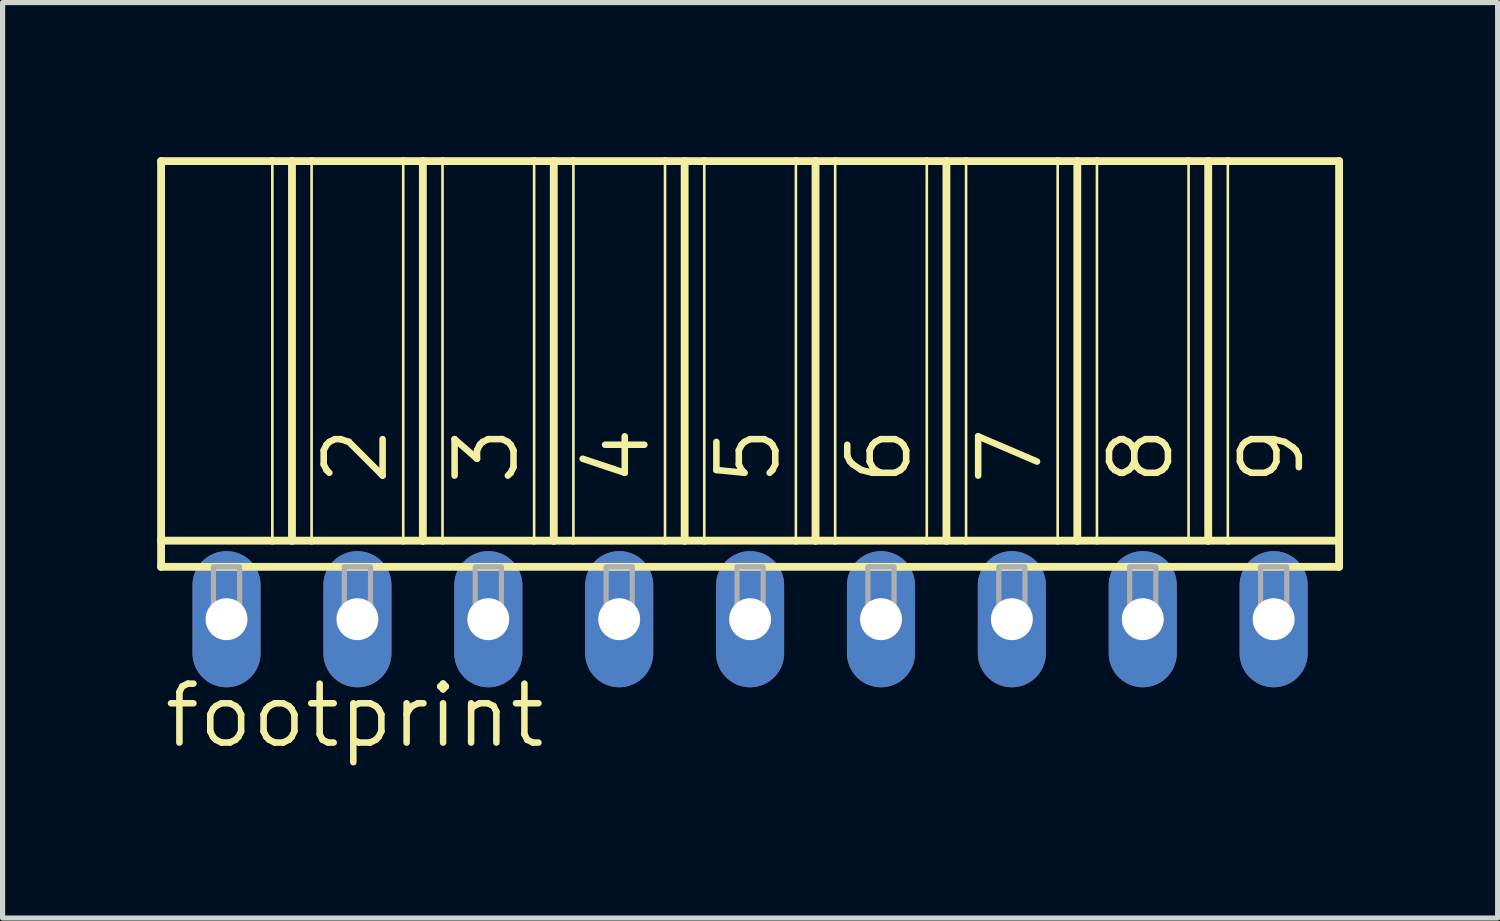
<source format=kicad_pcb>
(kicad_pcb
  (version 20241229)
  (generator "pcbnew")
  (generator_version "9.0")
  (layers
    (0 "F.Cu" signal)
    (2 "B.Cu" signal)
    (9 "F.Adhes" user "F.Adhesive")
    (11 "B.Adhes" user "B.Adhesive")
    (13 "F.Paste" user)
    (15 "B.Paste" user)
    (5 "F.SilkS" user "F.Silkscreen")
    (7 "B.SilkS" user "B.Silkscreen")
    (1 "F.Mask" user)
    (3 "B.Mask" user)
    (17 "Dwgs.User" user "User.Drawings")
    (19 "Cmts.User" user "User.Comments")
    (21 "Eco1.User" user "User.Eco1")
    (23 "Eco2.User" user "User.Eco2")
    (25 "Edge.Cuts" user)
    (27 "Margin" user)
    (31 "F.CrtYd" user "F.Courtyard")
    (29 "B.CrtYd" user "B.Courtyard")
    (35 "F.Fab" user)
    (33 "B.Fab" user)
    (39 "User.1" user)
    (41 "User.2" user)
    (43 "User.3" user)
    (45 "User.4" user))
  (footprint "footprint"
    (layer "F.Cu")
    (at 11.506 8.966)
    (property "Reference" "footprint" (at -11.43 2.54 0) (layer "F.SilkS") (effects (font (size 1.143 1.143) (thickness 0.127)) (justify left bottom)))
    (fp_line (start -11.43 -8.89) (end -9.271 -8.89) (stroke (width 0.152) (type solid)) (layer "F.SilkS"))
    (fp_line (start -11.43 -1.524) (end -11.43 -8.89) (stroke (width 0.152) (type solid)) (layer "F.SilkS"))
    (fp_line (start -11.43 -1.524) (end -9.271 -1.524) (stroke (width 0.152) (type solid)) (layer "F.SilkS"))
    (fp_line (start -11.43 -1.016) (end -11.43 -1.524) (stroke (width 0.152) (type solid)) (layer "F.SilkS"))
    (fp_line (start -11.43 -1.016) (end 11.43 -1.016) (stroke (width 0.152) (type solid)) (layer "F.SilkS"))
    (fp_line (start -9.271 -8.89) (end -9.271 -1.524) (stroke (width 0.051) (type solid)) (layer "F.SilkS"))
    (fp_line (start -9.271 -8.89) (end -8.89 -8.89) (stroke (width 0.152) (type solid)) (layer "F.SilkS"))
    (fp_line (start -9.271 -1.524) (end -8.89 -1.524) (stroke (width 0.152) (type solid)) (layer "F.SilkS"))
    (fp_line (start -8.89 -8.89) (end -8.89 -1.524) (stroke (width 0.152) (type solid)) (layer "F.SilkS"))
    (fp_line (start -8.89 -8.89) (end -8.509 -8.89) (stroke (width 0.152) (type solid)) (layer "F.SilkS"))
    (fp_line (start -8.89 -1.524) (end -8.509 -1.524) (stroke (width 0.152) (type solid)) (layer "F.SilkS"))
    (fp_line (start -8.509 -8.89) (end -8.509 -1.524) (stroke (width 0.051) (type solid)) (layer "F.SilkS"))
    (fp_line (start -8.509 -8.89) (end -6.731 -8.89) (stroke (width 0.152) (type solid)) (layer "F.SilkS"))
    (fp_line (start -8.509 -1.524) (end -6.731 -1.524) (stroke (width 0.152) (type solid)) (layer "F.SilkS"))
    (fp_line (start -6.731 -8.89) (end -6.731 -1.524) (stroke (width 0.051) (type solid)) (layer "F.SilkS"))
    (fp_line (start -6.731 -8.89) (end -6.35 -8.89) (stroke (width 0.152) (type solid)) (layer "F.SilkS"))
    (fp_line (start -6.731 -1.524) (end -6.35 -1.524) (stroke (width 0.152) (type solid)) (layer "F.SilkS"))
    (fp_line (start -6.35 -8.89) (end -6.35 -1.524) (stroke (width 0.152) (type solid)) (layer "F.SilkS"))
    (fp_line (start -6.35 -8.89) (end -5.969 -8.89) (stroke (width 0.152) (type solid)) (layer "F.SilkS"))
    (fp_line (start -6.35 -1.524) (end -5.969 -1.524) (stroke (width 0.152) (type solid)) (layer "F.SilkS"))
    (fp_line (start -5.969 -8.89) (end -5.969 -1.524) (stroke (width 0.051) (type solid)) (layer "F.SilkS"))
    (fp_line (start -5.969 -8.89) (end -4.191 -8.89) (stroke (width 0.152) (type solid)) (layer "F.SilkS"))
    (fp_line (start -5.969 -1.524) (end -4.191 -1.524) (stroke (width 0.152) (type solid)) (layer "F.SilkS"))
    (fp_line (start -4.191 -8.89) (end -4.191 -1.524) (stroke (width 0.051) (type solid)) (layer "F.SilkS"))
    (fp_line (start -4.191 -8.89) (end -3.81 -8.89) (stroke (width 0.152) (type solid)) (layer "F.SilkS"))
    (fp_line (start -4.191 -1.524) (end -3.81 -1.524) (stroke (width 0.152) (type solid)) (layer "F.SilkS"))
    (fp_line (start -3.81 -8.89) (end -3.81 -1.524) (stroke (width 0.152) (type solid)) (layer "F.SilkS"))
    (fp_line (start -3.81 -8.89) (end -3.429 -8.89) (stroke (width 0.152) (type solid)) (layer "F.SilkS"))
    (fp_line (start -3.81 -1.524) (end -3.429 -1.524) (stroke (width 0.152) (type solid)) (layer "F.SilkS"))
    (fp_line (start -3.429 -8.89) (end -3.429 -1.524) (stroke (width 0.051) (type solid)) (layer "F.SilkS"))
    (fp_line (start -3.429 -8.89) (end -1.651 -8.89) (stroke (width 0.152) (type solid)) (layer "F.SilkS"))
    (fp_line (start -3.429 -1.524) (end -1.651 -1.524) (stroke (width 0.152) (type solid)) (layer "F.SilkS"))
    (fp_line (start -1.651 -8.89) (end -1.651 -1.524) (stroke (width 0.051) (type solid)) (layer "F.SilkS"))
    (fp_line (start -1.651 -8.89) (end -1.27 -8.89) (stroke (width 0.152) (type solid)) (layer "F.SilkS"))
    (fp_line (start -1.651 -1.524) (end -1.27 -1.524) (stroke (width 0.152) (type solid)) (layer "F.SilkS"))
    (fp_line (start -1.27 -8.89) (end -1.27 -1.524) (stroke (width 0.152) (type solid)) (layer "F.SilkS"))
    (fp_line (start -1.27 -8.89) (end -0.889 -8.89) (stroke (width 0.152) (type solid)) (layer "F.SilkS"))
    (fp_line (start -1.27 -1.524) (end -0.889 -1.524) (stroke (width 0.152) (type solid)) (layer "F.SilkS"))
    (fp_line (start -0.889 -8.89) (end -0.889 -1.524) (stroke (width 0.051) (type solid)) (layer "F.SilkS"))
    (fp_line (start -0.889 -8.89) (end 0.889 -8.89) (stroke (width 0.152) (type solid)) (layer "F.SilkS"))
    (fp_line (start -0.889 -1.524) (end 0.889 -1.524) (stroke (width 0.152) (type solid)) (layer "F.SilkS"))
    (fp_line (start 0.889 -8.89) (end 0.889 -1.524) (stroke (width 0.051) (type solid)) (layer "F.SilkS"))
    (fp_line (start 0.889 -8.89) (end 1.27 -8.89) (stroke (width 0.152) (type solid)) (layer "F.SilkS"))
    (fp_line (start 0.889 -1.524) (end 1.27 -1.524) (stroke (width 0.152) (type solid)) (layer "F.SilkS"))
    (fp_line (start 1.27 -8.89) (end 1.27 -1.524) (stroke (width 0.152) (type solid)) (layer "F.SilkS"))
    (fp_line (start 1.27 -8.89) (end 1.651 -8.89) (stroke (width 0.152) (type solid)) (layer "F.SilkS"))
    (fp_line (start 1.27 -1.524) (end 1.651 -1.524) (stroke (width 0.152) (type solid)) (layer "F.SilkS"))
    (fp_line (start 1.651 -8.89) (end 1.651 -1.524) (stroke (width 0.051) (type solid)) (layer "F.SilkS"))
    (fp_line (start 1.651 -8.89) (end 3.429 -8.89) (stroke (width 0.152) (type solid)) (layer "F.SilkS"))
    (fp_line (start 1.651 -1.524) (end 3.429 -1.524) (stroke (width 0.152) (type solid)) (layer "F.SilkS"))
    (fp_line (start 3.429 -8.89) (end 3.429 -1.524) (stroke (width 0.051) (type solid)) (layer "F.SilkS"))
    (fp_line (start 3.429 -8.89) (end 3.81 -8.89) (stroke (width 0.152) (type solid)) (layer "F.SilkS"))
    (fp_line (start 3.429 -1.524) (end 3.81 -1.524) (stroke (width 0.152) (type solid)) (layer "F.SilkS"))
    (fp_line (start 3.81 -8.89) (end 3.81 -1.524) (stroke (width 0.152) (type solid)) (layer "F.SilkS"))
    (fp_line (start 3.81 -8.89) (end 4.191 -8.89) (stroke (width 0.152) (type solid)) (layer "F.SilkS"))
    (fp_line (start 3.81 -1.524) (end 4.191 -1.524) (stroke (width 0.152) (type solid)) (layer "F.SilkS"))
    (fp_line (start 4.191 -8.89) (end 4.191 -1.524) (stroke (width 0.051) (type solid)) (layer "F.SilkS"))
    (fp_line (start 4.191 -8.89) (end 5.969 -8.89) (stroke (width 0.152) (type solid)) (layer "F.SilkS"))
    (fp_line (start 4.191 -1.524) (end 5.969 -1.524) (stroke (width 0.152) (type solid)) (layer "F.SilkS"))
    (fp_line (start 5.969 -8.89) (end 5.969 -1.524) (stroke (width 0.051) (type solid)) (layer "F.SilkS"))
    (fp_line (start 5.969 -8.89) (end 6.35 -8.89) (stroke (width 0.152) (type solid)) (layer "F.SilkS"))
    (fp_line (start 5.969 -1.524) (end 6.35 -1.524) (stroke (width 0.152) (type solid)) (layer "F.SilkS"))
    (fp_line (start 6.35 -8.89) (end 6.35 -1.524) (stroke (width 0.152) (type solid)) (layer "F.SilkS"))
    (fp_line (start 6.35 -8.89) (end 6.731 -8.89) (stroke (width 0.152) (type solid)) (layer "F.SilkS"))
    (fp_line (start 6.35 -1.524) (end 6.731 -1.524) (stroke (width 0.152) (type solid)) (layer "F.SilkS"))
    (fp_line (start 6.731 -8.89) (end 6.731 -1.524) (stroke (width 0.051) (type solid)) (layer "F.SilkS"))
    (fp_line (start 6.731 -8.89) (end 8.509 -8.89) (stroke (width 0.152) (type solid)) (layer "F.SilkS"))
    (fp_line (start 6.731 -1.524) (end 8.89 -1.524) (stroke (width 0.152) (type solid)) (layer "F.SilkS"))
    (fp_line (start 8.509 -8.89) (end 8.509 -1.524) (stroke (width 0.051) (type solid)) (layer "F.SilkS"))
    (fp_line (start 8.509 -8.89) (end 8.89 -8.89) (stroke (width 0.152) (type solid)) (layer "F.SilkS"))
    (fp_line (start 8.89 -8.89) (end 8.89 -1.524) (stroke (width 0.152) (type solid)) (layer "F.SilkS"))
    (fp_line (start 8.89 -8.89) (end 9.271 -8.89) (stroke (width 0.152) (type solid)) (layer "F.SilkS"))
    (fp_line (start 8.89 -1.524) (end 9.271 -1.524) (stroke (width 0.152) (type solid)) (layer "F.SilkS"))
    (fp_line (start 9.271 -8.89) (end 9.271 -1.524) (stroke (width 0.051) (type solid)) (layer "F.SilkS"))
    (fp_line (start 9.271 -8.89) (end 11.43 -8.89) (stroke (width 0.152) (type solid)) (layer "F.SilkS"))
    (fp_line (start 9.271 -1.524) (end 11.43 -1.524) (stroke (width 0.152) (type solid)) (layer "F.SilkS"))
    (fp_line (start 11.43 -8.89) (end 11.43 -1.524) (stroke (width 0.152) (type solid)) (layer "F.SilkS"))
    (fp_line (start 11.43 -1.524) (end 11.43 -1.016) (stroke (width 0.152) (type solid)) (layer "F.SilkS"))
    (fp_poly (pts (xy -10.414 0) (xy -9.906 0) (xy -9.906 -1.016) (xy -10.414 -1.016)) (stroke (width 0.1) (type solid)) (fill no) (layer "F.Fab"))
    (fp_poly (pts (xy -7.874 0) (xy -7.366 0) (xy -7.366 -1.016) (xy -7.874 -1.016)) (stroke (width 0.1) (type solid)) (fill no) (layer "F.Fab"))
    (fp_poly (pts (xy -5.334 0) (xy -4.826 0) (xy -4.826 -1.016) (xy -5.334 -1.016)) (stroke (width 0.1) (type solid)) (fill no) (layer "F.Fab"))
    (fp_poly (pts (xy -2.794 0) (xy -2.286 0) (xy -2.286 -1.016) (xy -2.794 -1.016)) (stroke (width 0.1) (type solid)) (fill no) (layer "F.Fab"))
    (fp_poly (pts (xy -0.254 0) (xy 0.254 0) (xy 0.254 -1.016) (xy -0.254 -1.016)) (stroke (width 0.1) (type solid)) (fill no) (layer "F.Fab"))
    (fp_poly (pts (xy 2.286 0) (xy 2.794 0) (xy 2.794 -1.016) (xy 2.286 -1.016)) (stroke (width 0.1) (type solid)) (fill no) (layer "F.Fab"))
    (fp_poly (pts (xy 4.826 0) (xy 5.334 0) (xy 5.334 -1.016) (xy 4.826 -1.016)) (stroke (width 0.1) (type solid)) (fill no) (layer "F.Fab"))
    (fp_poly (pts (xy 7.366 0) (xy 7.874 0) (xy 7.874 -1.016) (xy 7.366 -1.016)) (stroke (width 0.1) (type solid)) (fill no) (layer "F.Fab"))
    (fp_poly (pts (xy 9.906 0) (xy 10.414 0) (xy 10.414 -1.016) (xy 9.906 -1.016)) (stroke (width 0.1) (type solid)) (fill no) (layer "F.Fab"))
    (fp_text user "3" (at -4.445 -2.54 90) (layer "F.SilkS") (effects (font (size 1.143 1.143) (thickness 0.127)) (justify left bottom)))
    (fp_text user "8" (at 8.255 -2.54 90) (layer "F.SilkS") (effects (font (size 1.143 1.143) (thickness 0.127)) (justify left bottom)))
    (fp_text user "4" (at -1.905 -2.54 90) (layer "F.SilkS") (effects (font (size 1.143 1.143) (thickness 0.127)) (justify left bottom)))
    (fp_text user "6" (at 3.175 -2.54 90) (layer "F.SilkS") (effects (font (size 1.143 1.143) (thickness 0.127)) (justify left bottom)))
    (fp_text user "2" (at -6.985 -2.54 90) (layer "F.SilkS") (effects (font (size 1.143 1.143) (thickness 0.127)) (justify left bottom)))
    (fp_text user "9" (at 10.795 -2.54 90) (layer "F.SilkS") (effects (font (size 1.143 1.143) (thickness 0.127)) (justify left bottom)))
    (fp_text user "5" (at 0.635 -2.54 90) (layer "F.SilkS") (effects (font (size 1.143 1.143) (thickness 0.127)) (justify left bottom)))
    (fp_text user "7" (at 5.715 -2.54 90) (layer "F.SilkS") (effects (font (size 1.143 1.143) (thickness 0.127)) (justify left bottom)))
    (pad "1" thru_hole oval (at -10.16 0 90) (size 2.642 1.321) (drill 0.813) (layers "*.Cu" "*.Mask"))
    (pad "2" thru_hole oval (at -7.62 0 90) (size 2.642 1.321) (drill 0.813) (layers "*.Cu" "*.Mask"))
    (pad "3" thru_hole oval (at -5.08 0 90) (size 2.642 1.321) (drill 0.813) (layers "*.Cu" "*.Mask"))
    (pad "4" thru_hole oval (at -2.54 0 90) (size 2.642 1.321) (drill 0.813) (layers "*.Cu" "*.Mask"))
    (pad "5" thru_hole oval (at 0 0 90) (size 2.642 1.321) (drill 0.813) (layers "*.Cu" "*.Mask"))
    (pad "6" thru_hole oval (at 2.54 0 90) (size 2.642 1.321) (drill 0.813) (layers "*.Cu" "*.Mask"))
    (pad "7" thru_hole oval (at 5.08 0 90) (size 2.642 1.321) (drill 0.813) (layers "*.Cu" "*.Mask"))
    (pad "8" thru_hole oval (at 7.62 0 90) (size 2.642 1.321) (drill 0.813) (layers "*.Cu" "*.Mask"))
    (pad "9" thru_hole oval (at 10.16 0 90) (size 2.642 1.321) (drill 0.813) (layers "*.Cu" "*.Mask")))
  (gr_rect
    (start -3 -3)
    (end 26.012 14.765)
    (stroke (width 0.1) (type default))
    (fill no)
    (layer "Edge.Cuts")))
</source>
